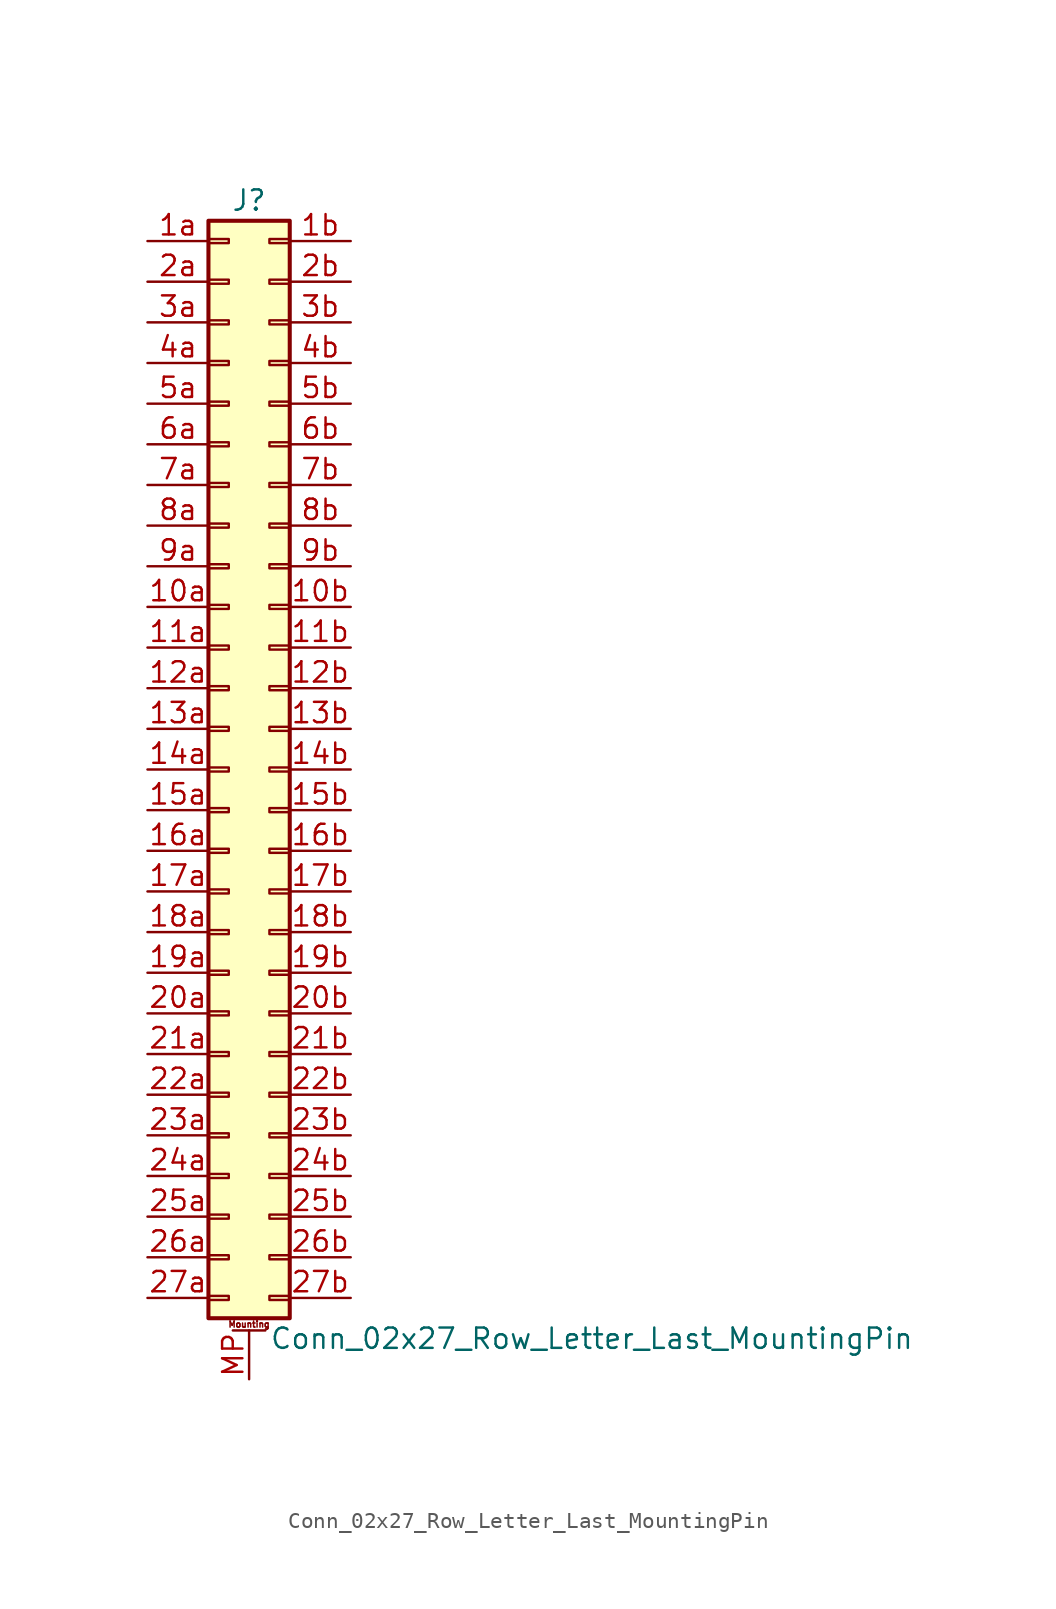
<source format=kicad_sym>
(kicad_symbol_lib
  (version 20201005)
  (generator kicad_symbol_editor)
  (symbol "Conn_02x27_Row_Letter_Last_MountingPin"
    (pin_names
      (offset 1.016) hide)
    (property "Reference" "J"
      (at 1.27 35.56 0)
      (effects (font (size 1.27 1.27))))
    (property "Value" "Conn_02x27_Row_Letter_Last_MountingPin"
      (at 2.54 -35.56 0)
      (effects (font (size 1.27 1.27)) (justify left)))
    (symbol "Conn_02x27_Row_Letter_Last_MountingPin_1_1"
      (text "Mounting" (at 1.27 -34.671 0) (effects (font (size 0.381 0.381))))
      (rectangle (start -1.27 -32.893) (end 0 -33.147) (stroke (width 0.152)) (fill (type none)))
      (rectangle (start -1.27 -30.353) (end 0 -30.607) (stroke (width 0.152)) (fill (type none)))
      (rectangle (start -1.27 -27.813) (end 0 -28.067) (stroke (width 0.152)) (fill (type none)))
      (rectangle (start -1.27 -25.273) (end 0 -25.527) (stroke (width 0.152)) (fill (type none)))
      (rectangle (start -1.27 -22.733) (end 0 -22.987) (stroke (width 0.152)) (fill (type none)))
      (rectangle (start -1.27 -20.193) (end 0 -20.447) (stroke (width 0.152)) (fill (type none)))
      (rectangle (start -1.27 -17.653) (end 0 -17.907) (stroke (width 0.152)) (fill (type none)))
      (rectangle (start -1.27 -15.113) (end 0 -15.367) (stroke (width 0.152)) (fill (type none)))
      (rectangle (start -1.27 -12.573) (end 0 -12.827) (stroke (width 0.152)) (fill (type none)))
      (rectangle (start -1.27 -10.033) (end 0 -10.287) (stroke (width 0.152)) (fill (type none)))
      (rectangle (start -1.27 -7.493) (end 0 -7.747) (stroke (width 0.152)) (fill (type none)))
      (rectangle (start -1.27 -4.953) (end 0 -5.207) (stroke (width 0.152)) (fill (type none)))
      (rectangle (start -1.27 -2.413) (end 0 -2.667) (stroke (width 0.152)) (fill (type none)))
      (rectangle (start -1.27 0.127) (end 0 -0.127) (stroke (width 0.152)) (fill (type none)))
      (rectangle (start -1.27 2.667) (end 0 2.413) (stroke (width 0.152)) (fill (type none)))
      (rectangle (start -1.27 5.207) (end 0 4.953) (stroke (width 0.152)) (fill (type none)))
      (rectangle (start -1.27 7.747) (end 0 7.493) (stroke (width 0.152)) (fill (type none)))
      (rectangle (start -1.27 10.287) (end 0 10.033) (stroke (width 0.152)) (fill (type none)))
      (rectangle (start -1.27 12.827) (end 0 12.573) (stroke (width 0.152)) (fill (type none)))
      (rectangle (start -1.27 15.367) (end 0 15.113) (stroke (width 0.152)) (fill (type none)))
      (rectangle (start -1.27 17.907) (end 0 17.653) (stroke (width 0.152)) (fill (type none)))
      (rectangle (start -1.27 20.447) (end 0 20.193) (stroke (width 0.152)) (fill (type none)))
      (rectangle (start -1.27 22.987) (end 0 22.733) (stroke (width 0.152)) (fill (type none)))
      (rectangle (start -1.27 25.527) (end 0 25.273) (stroke (width 0.152)) (fill (type none)))
      (rectangle (start -1.27 28.067) (end 0 27.813) (stroke (width 0.152)) (fill (type none)))
      (rectangle (start -1.27 30.607) (end 0 30.353) (stroke (width 0.152)) (fill (type none)))
      (rectangle (start -1.27 33.147) (end 0 32.893) (stroke (width 0.152)) (fill (type none)))
      (rectangle (start 3.81 -32.893) (end 2.54 -33.147) (stroke (width 0.152)) (fill (type none)))
      (rectangle (start 3.81 -30.353) (end 2.54 -30.607) (stroke (width 0.152)) (fill (type none)))
      (rectangle (start 3.81 -27.813) (end 2.54 -28.067) (stroke (width 0.152)) (fill (type none)))
      (rectangle (start 3.81 -25.273) (end 2.54 -25.527) (stroke (width 0.152)) (fill (type none)))
      (rectangle (start 3.81 -22.733) (end 2.54 -22.987) (stroke (width 0.152)) (fill (type none)))
      (rectangle (start 3.81 -20.193) (end 2.54 -20.447) (stroke (width 0.152)) (fill (type none)))
      (rectangle (start 3.81 -17.653) (end 2.54 -17.907) (stroke (width 0.152)) (fill (type none)))
      (rectangle (start 3.81 -15.113) (end 2.54 -15.367) (stroke (width 0.152)) (fill (type none)))
      (rectangle (start 3.81 -12.573) (end 2.54 -12.827) (stroke (width 0.152)) (fill (type none)))
      (rectangle (start 3.81 -10.033) (end 2.54 -10.287) (stroke (width 0.152)) (fill (type none)))
      (rectangle (start 3.81 -7.493) (end 2.54 -7.747) (stroke (width 0.152)) (fill (type none)))
      (rectangle (start 3.81 -4.953) (end 2.54 -5.207) (stroke (width 0.152)) (fill (type none)))
      (rectangle (start 3.81 -2.413) (end 2.54 -2.667) (stroke (width 0.152)) (fill (type none)))
      (rectangle (start 3.81 0.127) (end 2.54 -0.127) (stroke (width 0.152)) (fill (type none)))
      (rectangle (start 3.81 2.667) (end 2.54 2.413) (stroke (width 0.152)) (fill (type none)))
      (rectangle (start 3.81 5.207) (end 2.54 4.953) (stroke (width 0.152)) (fill (type none)))
      (rectangle (start 3.81 7.747) (end 2.54 7.493) (stroke (width 0.152)) (fill (type none)))
      (rectangle (start 3.81 10.287) (end 2.54 10.033) (stroke (width 0.152)) (fill (type none)))
      (rectangle (start 3.81 12.827) (end 2.54 12.573) (stroke (width 0.152)) (fill (type none)))
      (rectangle (start 3.81 15.367) (end 2.54 15.113) (stroke (width 0.152)) (fill (type none)))
      (rectangle (start 3.81 17.907) (end 2.54 17.653) (stroke (width 0.152)) (fill (type none)))
      (rectangle (start 3.81 20.447) (end 2.54 20.193) (stroke (width 0.152)) (fill (type none)))
      (rectangle (start 3.81 22.987) (end 2.54 22.733) (stroke (width 0.152)) (fill (type none)))
      (rectangle (start 3.81 25.527) (end 2.54 25.273) (stroke (width 0.152)) (fill (type none)))
      (rectangle (start 3.81 28.067) (end 2.54 27.813) (stroke (width 0.152)) (fill (type none)))
      (rectangle (start 3.81 30.607) (end 2.54 30.353) (stroke (width 0.152)) (fill (type none)))
      (rectangle (start 3.81 33.147) (end 2.54 32.893) (stroke (width 0.152)) (fill (type none)))
      (rectangle (start -1.27 34.29) (end 3.81 -34.29) (stroke (width 0.254)) (fill (type background)))
      (polyline (pts (xy 0.254 -35.052) (xy 2.286 -35.052)) (stroke (width 0.152)) (fill (type none)))
      (pin passive line (at -5.08 10.16 0) (length 3.81) (name "Pin_10a" (effects (font (size 1.27 1.27)))) (number "10a" (effects (font (size 1.27 1.27)))))
      (pin passive line (at 7.62 10.16 180) (length 3.81) (name "Pin_10b" (effects (font (size 1.27 1.27)))) (number "10b" (effects (font (size 1.27 1.27)))))
      (pin passive line (at -5.08 7.62 0) (length 3.81) (name "Pin_11a" (effects (font (size 1.27 1.27)))) (number "11a" (effects (font (size 1.27 1.27)))))
      (pin passive line (at 7.62 7.62 180) (length 3.81) (name "Pin_11b" (effects (font (size 1.27 1.27)))) (number "11b" (effects (font (size 1.27 1.27)))))
      (pin passive line (at -5.08 5.08 0) (length 3.81) (name "Pin_12a" (effects (font (size 1.27 1.27)))) (number "12a" (effects (font (size 1.27 1.27)))))
      (pin passive line (at 7.62 5.08 180) (length 3.81) (name "Pin_12b" (effects (font (size 1.27 1.27)))) (number "12b" (effects (font (size 1.27 1.27)))))
      (pin passive line (at -5.08 2.54 0) (length 3.81) (name "Pin_13a" (effects (font (size 1.27 1.27)))) (number "13a" (effects (font (size 1.27 1.27)))))
      (pin passive line (at 7.62 2.54 180) (length 3.81) (name "Pin_13b" (effects (font (size 1.27 1.27)))) (number "13b" (effects (font (size 1.27 1.27)))))
      (pin passive line (at -5.08 0 0) (length 3.81) (name "Pin_14a" (effects (font (size 1.27 1.27)))) (number "14a" (effects (font (size 1.27 1.27)))))
      (pin passive line (at 7.62 0 180) (length 3.81) (name "Pin_14b" (effects (font (size 1.27 1.27)))) (number "14b" (effects (font (size 1.27 1.27)))))
      (pin passive line (at -5.08 -2.54 0) (length 3.81) (name "Pin_15a" (effects (font (size 1.27 1.27)))) (number "15a" (effects (font (size 1.27 1.27)))))
      (pin passive line (at 7.62 -2.54 180) (length 3.81) (name "Pin_15b" (effects (font (size 1.27 1.27)))) (number "15b" (effects (font (size 1.27 1.27)))))
      (pin passive line (at -5.08 -5.08 0) (length 3.81) (name "Pin_16a" (effects (font (size 1.27 1.27)))) (number "16a" (effects (font (size 1.27 1.27)))))
      (pin passive line (at 7.62 -5.08 180) (length 3.81) (name "Pin_16b" (effects (font (size 1.27 1.27)))) (number "16b" (effects (font (size 1.27 1.27)))))
      (pin passive line (at -5.08 -7.62 0) (length 3.81) (name "Pin_17a" (effects (font (size 1.27 1.27)))) (number "17a" (effects (font (size 1.27 1.27)))))
      (pin passive line (at 7.62 -7.62 180) (length 3.81) (name "Pin_17b" (effects (font (size 1.27 1.27)))) (number "17b" (effects (font (size 1.27 1.27)))))
      (pin passive line (at -5.08 -10.16 0) (length 3.81) (name "Pin_18a" (effects (font (size 1.27 1.27)))) (number "18a" (effects (font (size 1.27 1.27)))))
      (pin passive line (at 7.62 -10.16 180) (length 3.81) (name "Pin_18b" (effects (font (size 1.27 1.27)))) (number "18b" (effects (font (size 1.27 1.27)))))
      (pin passive line (at -5.08 -12.7 0) (length 3.81) (name "Pin_19a" (effects (font (size 1.27 1.27)))) (number "19a" (effects (font (size 1.27 1.27)))))
      (pin passive line (at 7.62 -12.7 180) (length 3.81) (name "Pin_19b" (effects (font (size 1.27 1.27)))) (number "19b" (effects (font (size 1.27 1.27)))))
      (pin passive line (at -5.08 33.02 0) (length 3.81) (name "Pin_1a" (effects (font (size 1.27 1.27)))) (number "1a" (effects (font (size 1.27 1.27)))))
      (pin passive line (at 7.62 33.02 180) (length 3.81) (name "Pin_1b" (effects (font (size 1.27 1.27)))) (number "1b" (effects (font (size 1.27 1.27)))))
      (pin passive line (at -5.08 -15.24 0) (length 3.81) (name "Pin_20a" (effects (font (size 1.27 1.27)))) (number "20a" (effects (font (size 1.27 1.27)))))
      (pin passive line (at 7.62 -15.24 180) (length 3.81) (name "Pin_20b" (effects (font (size 1.27 1.27)))) (number "20b" (effects (font (size 1.27 1.27)))))
      (pin passive line (at -5.08 -17.78 0) (length 3.81) (name "Pin_21a" (effects (font (size 1.27 1.27)))) (number "21a" (effects (font (size 1.27 1.27)))))
      (pin passive line (at 7.62 -17.78 180) (length 3.81) (name "Pin_21b" (effects (font (size 1.27 1.27)))) (number "21b" (effects (font (size 1.27 1.27)))))
      (pin passive line (at -5.08 -20.32 0) (length 3.81) (name "Pin_22a" (effects (font (size 1.27 1.27)))) (number "22a" (effects (font (size 1.27 1.27)))))
      (pin passive line (at 7.62 -20.32 180) (length 3.81) (name "Pin_22b" (effects (font (size 1.27 1.27)))) (number "22b" (effects (font (size 1.27 1.27)))))
      (pin passive line (at -5.08 -22.86 0) (length 3.81) (name "Pin_23a" (effects (font (size 1.27 1.27)))) (number "23a" (effects (font (size 1.27 1.27)))))
      (pin passive line (at 7.62 -22.86 180) (length 3.81) (name "Pin_23b" (effects (font (size 1.27 1.27)))) (number "23b" (effects (font (size 1.27 1.27)))))
      (pin passive line (at -5.08 -25.4 0) (length 3.81) (name "Pin_24a" (effects (font (size 1.27 1.27)))) (number "24a" (effects (font (size 1.27 1.27)))))
      (pin passive line (at 7.62 -25.4 180) (length 3.81) (name "Pin_24b" (effects (font (size 1.27 1.27)))) (number "24b" (effects (font (size 1.27 1.27)))))
      (pin passive line (at -5.08 -27.94 0) (length 3.81) (name "Pin_25a" (effects (font (size 1.27 1.27)))) (number "25a" (effects (font (size 1.27 1.27)))))
      (pin passive line (at 7.62 -27.94 180) (length 3.81) (name "Pin_25b" (effects (font (size 1.27 1.27)))) (number "25b" (effects (font (size 1.27 1.27)))))
      (pin passive line (at -5.08 -30.48 0) (length 3.81) (name "Pin_26a" (effects (font (size 1.27 1.27)))) (number "26a" (effects (font (size 1.27 1.27)))))
      (pin passive line (at 7.62 -30.48 180) (length 3.81) (name "Pin_26b" (effects (font (size 1.27 1.27)))) (number "26b" (effects (font (size 1.27 1.27)))))
      (pin passive line (at -5.08 -33.02 0) (length 3.81) (name "Pin_27a" (effects (font (size 1.27 1.27)))) (number "27a" (effects (font (size 1.27 1.27)))))
      (pin passive line (at 7.62 -33.02 180) (length 3.81) (name "Pin_27b" (effects (font (size 1.27 1.27)))) (number "27b" (effects (font (size 1.27 1.27)))))
      (pin passive line (at -5.08 30.48 0) (length 3.81) (name "Pin_2a" (effects (font (size 1.27 1.27)))) (number "2a" (effects (font (size 1.27 1.27)))))
      (pin passive line (at 7.62 30.48 180) (length 3.81) (name "Pin_2b" (effects (font (size 1.27 1.27)))) (number "2b" (effects (font (size 1.27 1.27)))))
      (pin passive line (at -5.08 27.94 0) (length 3.81) (name "Pin_3a" (effects (font (size 1.27 1.27)))) (number "3a" (effects (font (size 1.27 1.27)))))
      (pin passive line (at 7.62 27.94 180) (length 3.81) (name "Pin_3b" (effects (font (size 1.27 1.27)))) (number "3b" (effects (font (size 1.27 1.27)))))
      (pin passive line (at -5.08 25.4 0) (length 3.81) (name "Pin_4a" (effects (font (size 1.27 1.27)))) (number "4a" (effects (font (size 1.27 1.27)))))
      (pin passive line (at 7.62 25.4 180) (length 3.81) (name "Pin_4b" (effects (font (size 1.27 1.27)))) (number "4b" (effects (font (size 1.27 1.27)))))
      (pin passive line (at -5.08 22.86 0) (length 3.81) (name "Pin_5a" (effects (font (size 1.27 1.27)))) (number "5a" (effects (font (size 1.27 1.27)))))
      (pin passive line (at 7.62 22.86 180) (length 3.81) (name "Pin_5b" (effects (font (size 1.27 1.27)))) (number "5b" (effects (font (size 1.27 1.27)))))
      (pin passive line (at -5.08 20.32 0) (length 3.81) (name "Pin_6a" (effects (font (size 1.27 1.27)))) (number "6a" (effects (font (size 1.27 1.27)))))
      (pin passive line (at 7.62 20.32 180) (length 3.81) (name "Pin_6b" (effects (font (size 1.27 1.27)))) (number "6b" (effects (font (size 1.27 1.27)))))
      (pin passive line (at -5.08 17.78 0) (length 3.81) (name "Pin_7a" (effects (font (size 1.27 1.27)))) (number "7a" (effects (font (size 1.27 1.27)))))
      (pin passive line (at 7.62 17.78 180) (length 3.81) (name "Pin_7b" (effects (font (size 1.27 1.27)))) (number "7b" (effects (font (size 1.27 1.27)))))
      (pin passive line (at -5.08 15.24 0) (length 3.81) (name "Pin_8a" (effects (font (size 1.27 1.27)))) (number "8a" (effects (font (size 1.27 1.27)))))
      (pin passive line (at 7.62 15.24 180) (length 3.81) (name "Pin_8b" (effects (font (size 1.27 1.27)))) (number "8b" (effects (font (size 1.27 1.27)))))
      (pin passive line (at -5.08 12.7 0) (length 3.81) (name "Pin_9a" (effects (font (size 1.27 1.27)))) (number "9a" (effects (font (size 1.27 1.27)))))
      (pin passive line (at 7.62 12.7 180) (length 3.81) (name "Pin_9b" (effects (font (size 1.27 1.27)))) (number "9b" (effects (font (size 1.27 1.27)))))
      (pin passive line (at 1.27 -38.1 90) (length 3.048) (name "MountPin" (effects (font (size 1.27 1.27)))) (number "MP" (effects (font (size 1.27 1.27))))))))
</source>
